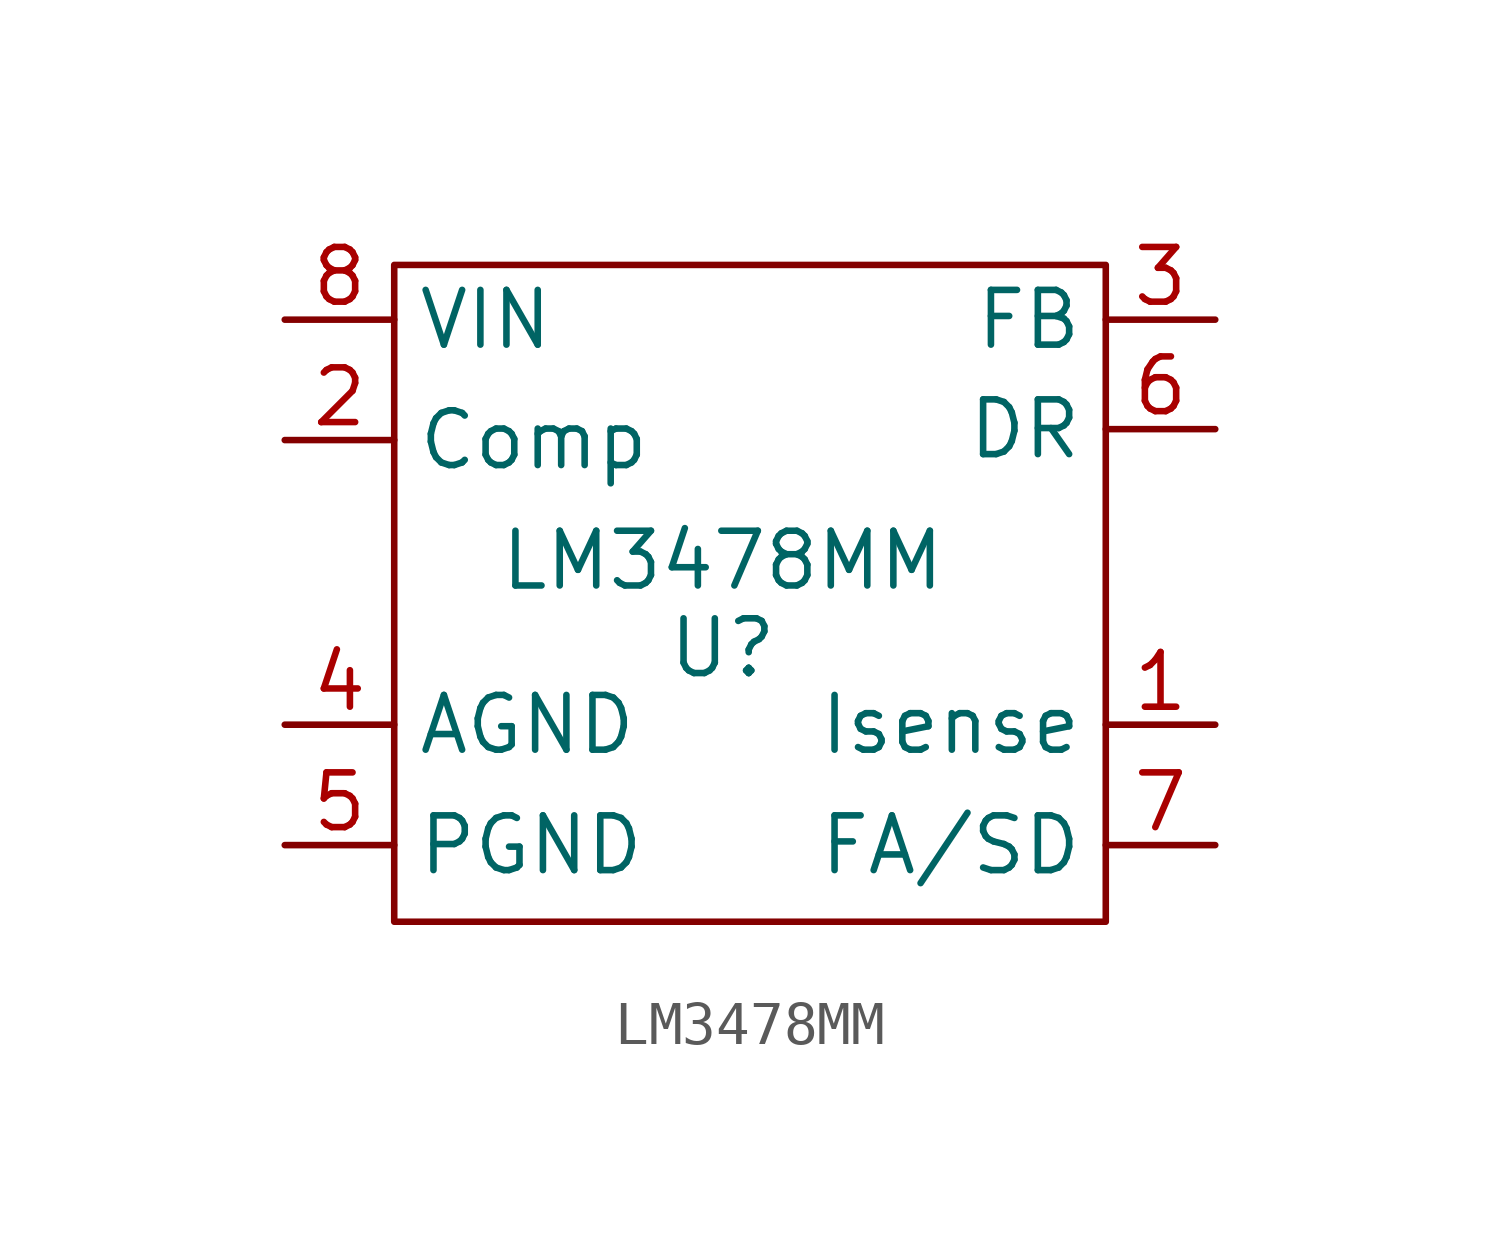
<source format=kicad_sym>
(kicad_symbol_lib
  (version 20211014)
  (generator kicad_symbol_editor)
  (symbol "LM3478MM"
    (property "Reference" "U"
      (at 0 -13.97 0)
      (effects (font (size 1.27 1.27))))
    (property "Value" "LM3478MM"
      (at 0 -11.938 0)
      (effects (font (size 1.27 1.27))))
    (symbol "LM3478MM_0_1"
      (rectangle (start -7.62 -5.08) (end 8.89 -20.32) (stroke (width 0) (type default) (color 0 0 0 0)) (fill (type none))))
    (symbol "LM3478MM_1_1"
      (pin input line (at 11.43 -15.748 180) (length 2.54) (name "Isense" (effects (font (size 1.27 1.27)))) (number "1" (effects (font (size 1.27 1.27)))))
      (pin passive line (at -10.16 -9.144 0) (length 2.54) (name "Comp" (effects (font (size 1.27 1.27)))) (number "2" (effects (font (size 1.27 1.27)))))
      (pin passive line (at 11.43 -6.35 180) (length 2.54) (name "FB" (effects (font (size 1.27 1.27)))) (number "3" (effects (font (size 1.27 1.27)))))
      (pin passive line (at -10.16 -15.748 0) (length 2.54) (name "AGND" (effects (font (size 1.27 1.27)))) (number "4" (effects (font (size 1.27 1.27)))))
      (pin passive line (at -10.16 -18.542 0) (length 2.54) (name "PGND" (effects (font (size 1.27 1.27)))) (number "5" (effects (font (size 1.27 1.27)))))
      (pin passive line (at 11.43 -8.89 180) (length 2.54) (name "DR" (effects (font (size 1.27 1.27)))) (number "6" (effects (font (size 1.27 1.27)))))
      (pin passive line (at 11.43 -18.542 180) (length 2.54) (name "FA/SD" (effects (font (size 1.27 1.27)))) (number "7" (effects (font (size 1.27 1.27)))))
      (pin passive line (at -10.16 -6.35 0) (length 2.54) (name "VIN" (effects (font (size 1.27 1.27)))) (number "8" (effects (font (size 1.27 1.27))))))))
</source>
